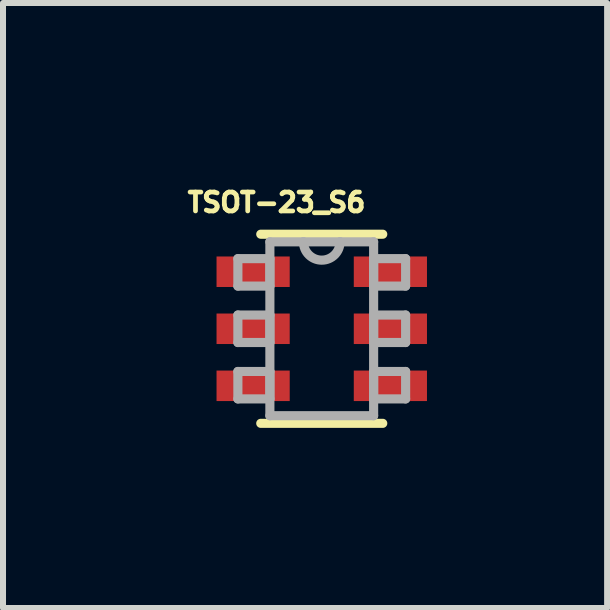
<source format=kicad_pcb>
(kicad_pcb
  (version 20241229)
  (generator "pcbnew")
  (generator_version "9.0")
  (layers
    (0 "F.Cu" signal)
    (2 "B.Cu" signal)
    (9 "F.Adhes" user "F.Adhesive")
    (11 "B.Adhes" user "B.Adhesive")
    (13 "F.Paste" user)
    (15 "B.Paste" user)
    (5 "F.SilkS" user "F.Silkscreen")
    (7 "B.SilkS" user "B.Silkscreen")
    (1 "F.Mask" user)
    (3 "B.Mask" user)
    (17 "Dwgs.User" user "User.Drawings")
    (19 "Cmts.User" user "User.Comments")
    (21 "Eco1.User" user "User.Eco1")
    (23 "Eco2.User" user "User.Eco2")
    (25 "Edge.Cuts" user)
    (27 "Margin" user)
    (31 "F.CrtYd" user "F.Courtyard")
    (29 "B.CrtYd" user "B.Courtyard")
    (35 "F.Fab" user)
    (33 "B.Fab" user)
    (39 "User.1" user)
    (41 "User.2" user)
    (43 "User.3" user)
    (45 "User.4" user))
  (footprint "TSOT-23_S6"
    (layer "F.Cu")
    (at 2.309 2.426)
    (property "Reference" "TSOT-23_S6" (at -0.753 -2.104 0) (layer "F.SilkS") (effects (font (size 0.315 0.315) (thickness 0.15))))
    (attr through_hole)
    (fp_line (start -1.016 1.575) (end 1.016 1.575) (stroke (width 0.152) (type solid)) (layer "F.SilkS"))
    (fp_line (start 1.016 -1.575) (end -1.016 -1.575) (stroke (width 0.152) (type solid)) (layer "F.SilkS"))
    (fp_line (start -1.397 -1.168) (end -1.397 -0.711) (stroke (width 0.152) (type solid)) (layer "F.Fab"))
    (fp_line (start -1.397 -0.711) (end -0.864 -0.711) (stroke (width 0.152) (type solid)) (layer "F.Fab"))
    (fp_line (start -1.397 -0.229) (end -1.397 0.229) (stroke (width 0.152) (type solid)) (layer "F.Fab"))
    (fp_line (start -1.397 0.229) (end -0.864 0.229) (stroke (width 0.152) (type solid)) (layer "F.Fab"))
    (fp_line (start -1.397 0.711) (end -1.397 1.168) (stroke (width 0.152) (type solid)) (layer "F.Fab"))
    (fp_line (start -1.397 1.168) (end -0.864 1.168) (stroke (width 0.152) (type solid)) (layer "F.Fab"))
    (fp_line (start -0.864 -1.448) (end -0.864 1.448) (stroke (width 0.152) (type solid)) (layer "F.Fab"))
    (fp_line (start -0.864 -1.168) (end -1.397 -1.168) (stroke (width 0.152) (type solid)) (layer "F.Fab"))
    (fp_line (start -0.864 -0.711) (end -0.864 -1.168) (stroke (width 0.152) (type solid)) (layer "F.Fab"))
    (fp_line (start -0.864 -0.229) (end -1.397 -0.229) (stroke (width 0.152) (type solid)) (layer "F.Fab"))
    (fp_line (start -0.864 0.229) (end -0.864 -0.229) (stroke (width 0.152) (type solid)) (layer "F.Fab"))
    (fp_line (start -0.864 0.711) (end -1.397 0.711) (stroke (width 0.152) (type solid)) (layer "F.Fab"))
    (fp_line (start -0.864 1.168) (end -0.864 0.711) (stroke (width 0.152) (type solid)) (layer "F.Fab"))
    (fp_line (start -0.864 1.448) (end 0.864 1.448) (stroke (width 0.152) (type solid)) (layer "F.Fab"))
    (fp_line (start -0.305 -1.448) (end -0.864 -1.448) (stroke (width 0.152) (type solid)) (layer "F.Fab"))
    (fp_line (start 0.305 -1.448) (end -0.305 -1.448) (stroke (width 0.152) (type solid)) (layer "F.Fab"))
    (fp_line (start 0.864 -1.448) (end 0.305 -1.448) (stroke (width 0.152) (type solid)) (layer "F.Fab"))
    (fp_line (start 0.864 -1.168) (end 0.864 -0.711) (stroke (width 0.152) (type solid)) (layer "F.Fab"))
    (fp_line (start 0.864 -0.711) (end 1.397 -0.711) (stroke (width 0.152) (type solid)) (layer "F.Fab"))
    (fp_line (start 0.864 -0.229) (end 0.864 0.229) (stroke (width 0.152) (type solid)) (layer "F.Fab"))
    (fp_line (start 0.864 0.229) (end 1.397 0.229) (stroke (width 0.152) (type solid)) (layer "F.Fab"))
    (fp_line (start 0.864 0.711) (end 0.864 1.168) (stroke (width 0.152) (type solid)) (layer "F.Fab"))
    (fp_line (start 0.864 1.168) (end 1.397 1.168) (stroke (width 0.152) (type solid)) (layer "F.Fab"))
    (fp_line (start 0.864 1.448) (end 0.864 -1.448) (stroke (width 0.152) (type solid)) (layer "F.Fab"))
    (fp_line (start 1.397 -1.168) (end 0.864 -1.168) (stroke (width 0.152) (type solid)) (layer "F.Fab"))
    (fp_line (start 1.397 -0.711) (end 1.397 -1.168) (stroke (width 0.152) (type solid)) (layer "F.Fab"))
    (fp_line (start 1.397 -0.229) (end 0.864 -0.229) (stroke (width 0.152) (type solid)) (layer "F.Fab"))
    (fp_line (start 1.397 0.229) (end 1.397 -0.229) (stroke (width 0.152) (type solid)) (layer "F.Fab"))
    (fp_line (start 1.397 0.711) (end 0.864 0.711) (stroke (width 0.152) (type solid)) (layer "F.Fab"))
    (fp_line (start 1.397 1.168) (end 1.397 0.711) (stroke (width 0.152) (type solid)) (layer "F.Fab"))
    (fp_arc (start 0.3048 -1.4478) (mid 0 -1.143) (end -0.3048 -1.4478) (stroke (width 0.1524) (type solid)) (layer "F.Fab"))
    (pad "1" smd rect (at -1.143 -0.95) (size 1.219 0.508) (layers "F.Cu" "F.Mask" "F.Paste"))
    (pad "2" smd rect (at -1.143 0) (size 1.219 0.508) (layers "F.Cu" "F.Mask" "F.Paste"))
    (pad "3" smd rect (at -1.143 0.95) (size 1.219 0.508) (layers "F.Cu" "F.Mask" "F.Paste"))
    (pad "4" smd rect (at 1.143 0.95) (size 1.219 0.508) (layers "F.Cu" "F.Mask" "F.Paste"))
    (pad "5" smd rect (at 1.143 0) (size 1.219 0.508) (layers "F.Cu" "F.Mask" "F.Paste"))
    (pad "6" smd rect (at 1.143 -0.95) (size 1.219 0.508) (layers "F.Cu" "F.Mask" "F.Paste")))
  (gr_rect
    (start -3 -3)
    (end 7.062 7.077)
    (stroke (width 0.1) (type default))
    (fill no)
    (layer "Edge.Cuts")))
</source>
